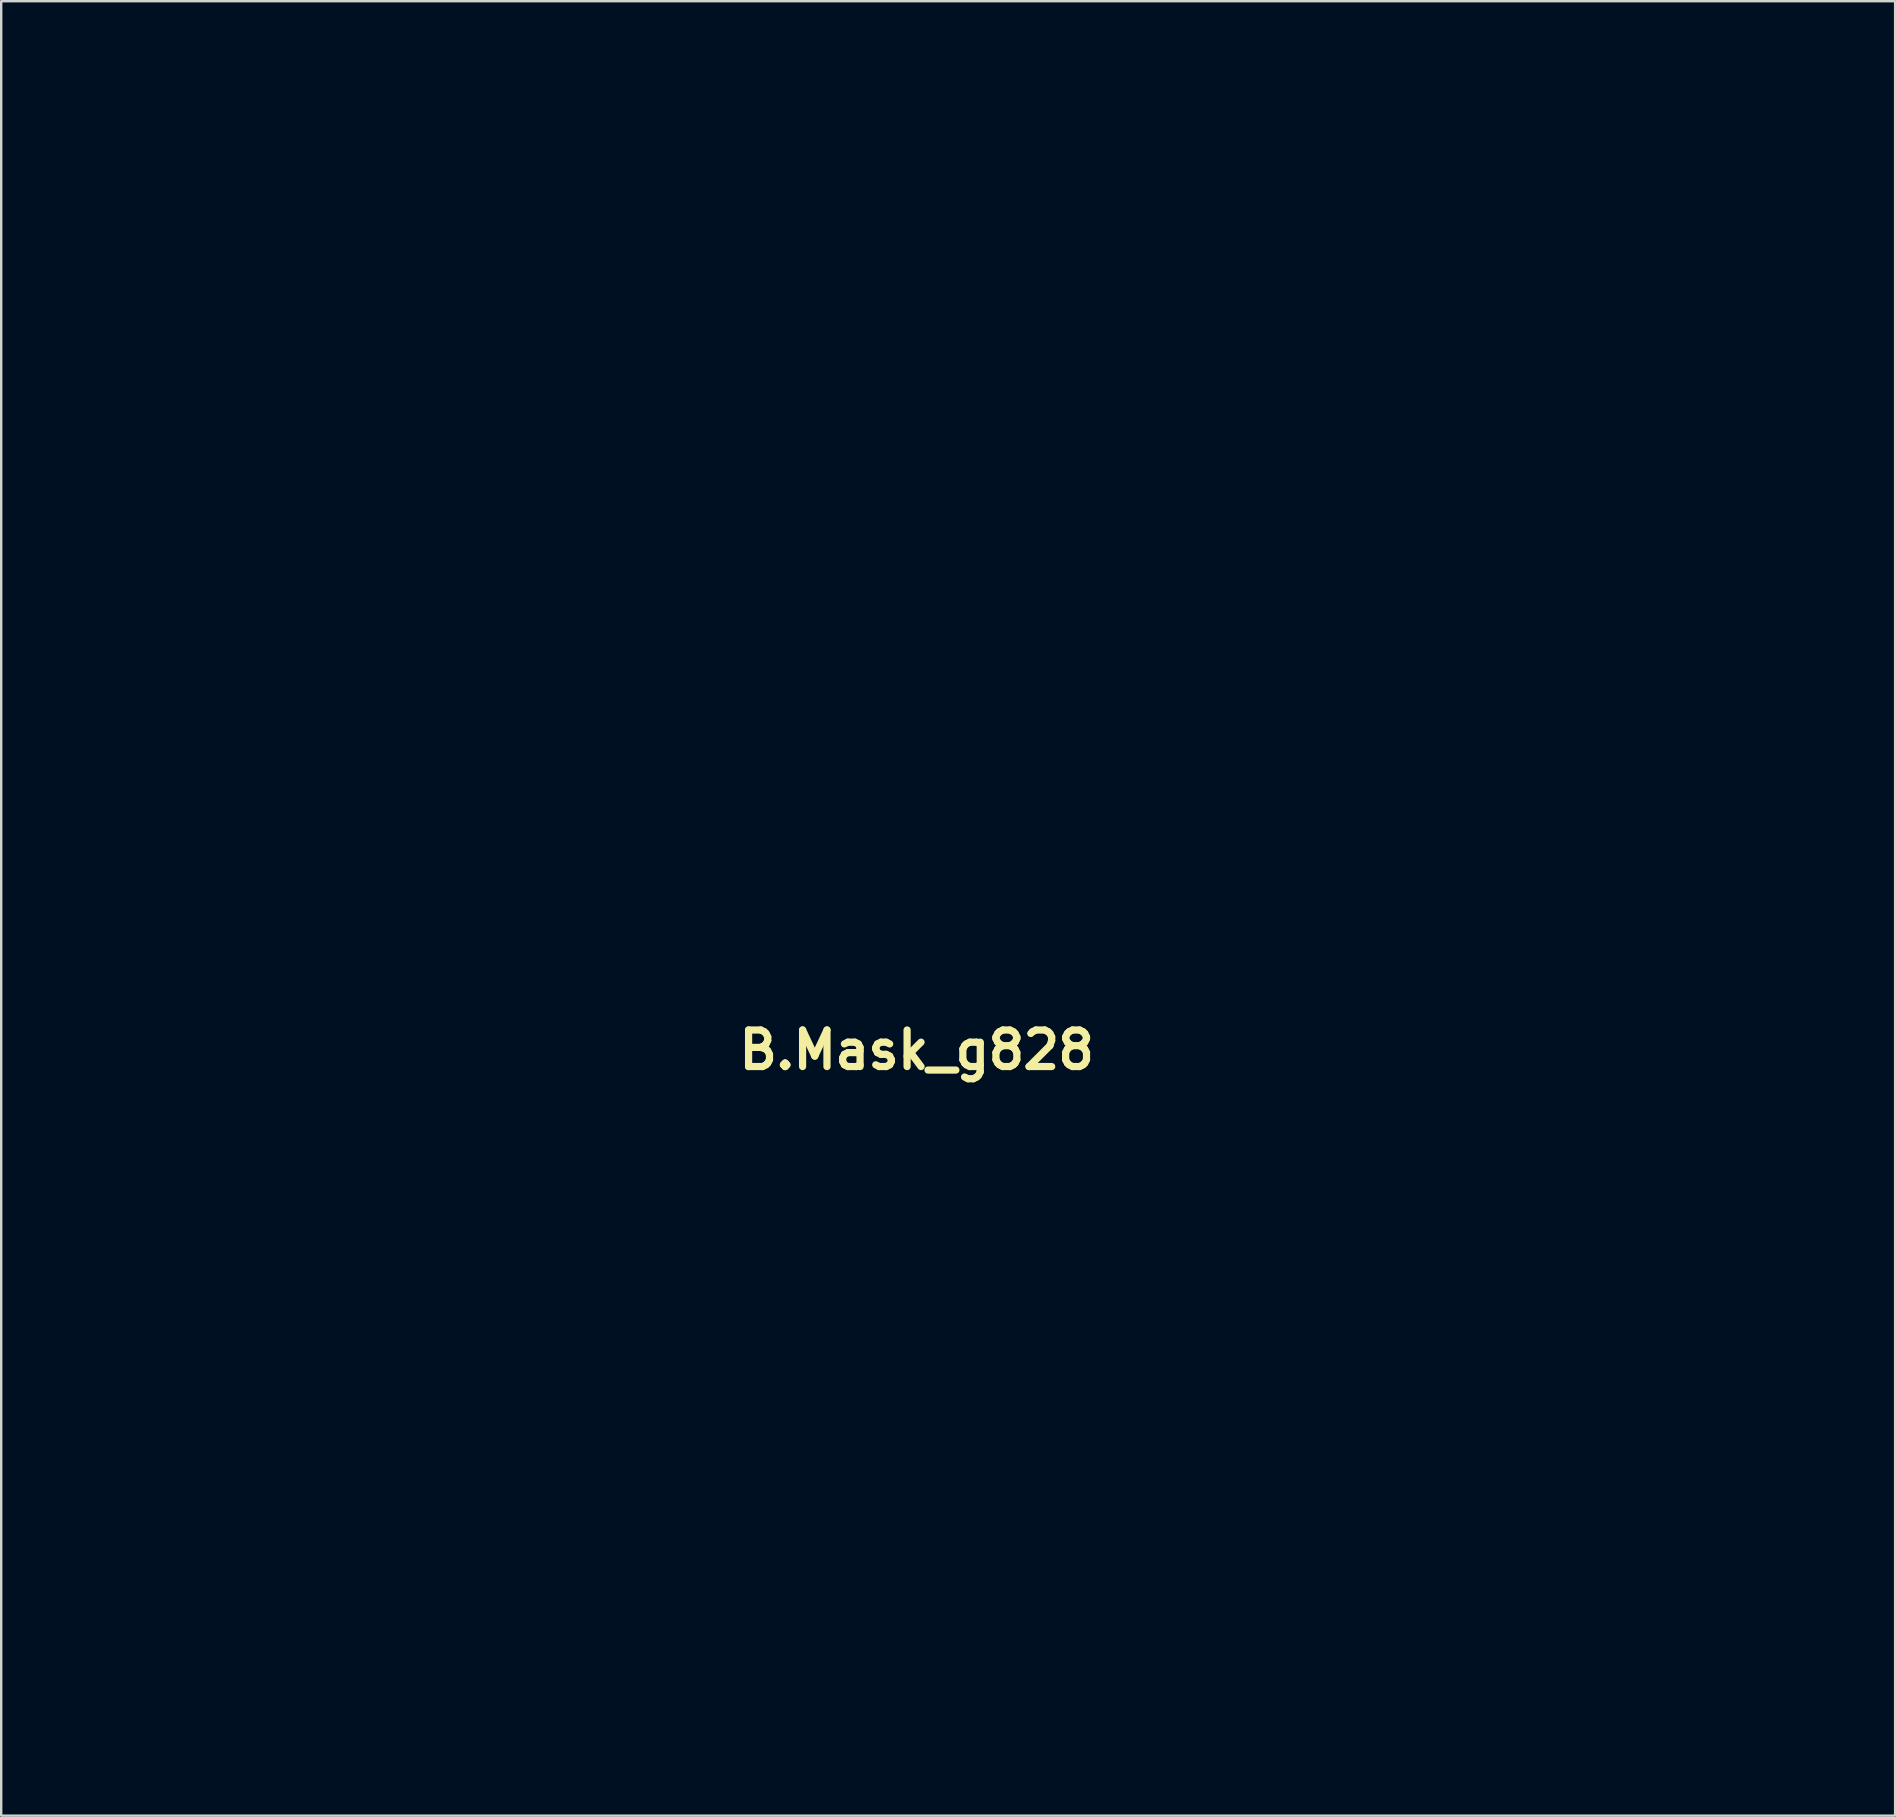
<source format=kicad_pcb>
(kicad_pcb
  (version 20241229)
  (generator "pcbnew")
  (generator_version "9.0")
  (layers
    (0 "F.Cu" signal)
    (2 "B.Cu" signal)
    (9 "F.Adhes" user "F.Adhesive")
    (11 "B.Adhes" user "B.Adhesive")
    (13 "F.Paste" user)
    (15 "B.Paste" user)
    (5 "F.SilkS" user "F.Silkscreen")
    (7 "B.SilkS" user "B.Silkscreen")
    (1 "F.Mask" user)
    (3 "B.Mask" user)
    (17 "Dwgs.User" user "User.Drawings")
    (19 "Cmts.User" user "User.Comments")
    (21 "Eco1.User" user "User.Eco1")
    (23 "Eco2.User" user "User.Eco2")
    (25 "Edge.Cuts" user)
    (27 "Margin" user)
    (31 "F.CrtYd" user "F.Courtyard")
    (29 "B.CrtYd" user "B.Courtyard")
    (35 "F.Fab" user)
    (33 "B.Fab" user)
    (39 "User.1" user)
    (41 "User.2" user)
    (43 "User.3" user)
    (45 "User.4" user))
  (footprint "B.Mask_g828"
    (layer "F.Cu")
    (at 35.142 40.697)
    (property "Reference" "B.Mask_g828" (at 0 0 0) (layer "F.SilkS") (effects (font (size 1.524 1.524) (thickness 0.3))))
    (attr through_hole)
    (fp_poly (pts (xy -19.426 22.943) (xy -19.022 23.098) (xy -18.645 23.33) (xy -18.416 23.523) (xy -18.106 23.866) (xy -17.874 24.241) (xy -17.717 24.651) (xy -17.634 25.101) (xy -17.623 25.252) (xy -17.635 25.72) (xy -17.723 26.154) (xy -17.889 26.563) (xy -18.136 26.954) (xy -18.167 26.995) (xy -18.452 27.297) (xy -18.792 27.546) (xy -19.174 27.736) (xy -19.582 27.86) (xy -20.002 27.914) (xy -20.363 27.898) (xy -20.792 27.804) (xy -21.184 27.64) (xy -21.533 27.415) (xy -21.836 27.137) (xy -22.088 26.813) (xy -22.285 26.452) (xy -22.424 26.062) (xy -22.501 25.651) (xy -22.51 25.226) (xy -22.448 24.797) (xy -22.312 24.37) (xy -22.237 24.204) (xy -22.076 23.94) (xy -21.861 23.677) (xy -21.614 23.434) (xy -21.355 23.234) (xy -21.16 23.121) (xy -20.723 22.955) (xy -20.283 22.871) (xy -19.849 22.867) (xy -19.426 22.943)) (stroke (width 0.01) (type solid)) (fill yes) (layer "B.Mask"))
    (fp_poly (pts (xy 1.328 -40.654) (xy 1.735 -40.542) (xy 2.106 -40.365) (xy 2.437 -40.131) (xy 2.723 -39.846) (xy 2.96 -39.519) (xy 3.143 -39.157) (xy 3.269 -38.767) (xy 3.332 -38.357) (xy 3.329 -37.935) (xy 3.254 -37.508) (xy 3.104 -37.083) (xy 3.06 -36.989) (xy 2.899 -36.726) (xy 2.684 -36.462) (xy 2.436 -36.219) (xy 2.177 -36.017) (xy 1.987 -35.906) (xy 1.554 -35.739) (xy 1.112 -35.656) (xy 0.665 -35.658) (xy 0.261 -35.731) (xy -0.148 -35.881) (xy -0.521 -36.103) (xy -0.851 -36.392) (xy -1.13 -36.741) (xy -1.352 -37.142) (xy -1.427 -37.328) (xy -1.509 -37.635) (xy -1.553 -37.985) (xy -1.556 -38.346) (xy -1.518 -38.684) (xy -1.51 -38.721) (xy -1.377 -39.153) (xy -1.176 -39.544) (xy -0.915 -39.889) (xy -0.6 -40.181) (xy -0.241 -40.413) (xy 0.156 -40.579) (xy 0.582 -40.673) (xy 0.889 -40.692) (xy 1.328 -40.654)) (stroke (width 0.01) (type solid)) (fill yes) (layer "B.Mask"))
    (fp_poly (pts (xy -32.161 -16.32) (xy -31.818 -16.207) (xy -31.628 -16.122) (xy -31.262 -15.901) (xy -30.938 -15.613) (xy -30.666 -15.269) (xy -30.454 -14.881) (xy -30.309 -14.46) (xy -30.289 -14.372) (xy -30.236 -13.93) (xy -30.259 -13.5) (xy -30.353 -13.09) (xy -30.51 -12.705) (xy -30.724 -12.354) (xy -30.99 -12.043) (xy -31.3 -11.779) (xy -31.65 -11.568) (xy -32.031 -11.417) (xy -32.439 -11.333) (xy -32.867 -11.324) (xy -33.073 -11.347) (xy -33.485 -11.453) (xy -33.874 -11.634) (xy -34.228 -11.882) (xy -34.537 -12.19) (xy -34.791 -12.549) (xy -34.882 -12.721) (xy -35.005 -13.009) (xy -35.084 -13.275) (xy -35.125 -13.554) (xy -35.137 -13.871) (xy -35.098 -14.335) (xy -34.981 -14.767) (xy -34.786 -15.166) (xy -34.512 -15.535) (xy -34.472 -15.579) (xy -34.136 -15.891) (xy -33.776 -16.123) (xy -33.388 -16.279) (xy -32.963 -16.362) (xy -32.865 -16.371) (xy -32.501 -16.373) (xy -32.161 -16.32)) (stroke (width 0.01) (type solid)) (fill yes) (layer "B.Mask"))
    (fp_poly (pts (xy 21.852 23.869) (xy 22.277 23.969) (xy 22.595 24.097) (xy 22.902 24.285) (xy 23.194 24.537) (xy 23.453 24.834) (xy 23.659 25.155) (xy 23.697 25.231) (xy 23.825 25.529) (xy 23.907 25.8) (xy 23.949 26.078) (xy 23.961 26.388) (xy 23.921 26.835) (xy 23.806 27.261) (xy 23.621 27.656) (xy 23.375 28.013) (xy 23.072 28.321) (xy 22.72 28.572) (xy 22.325 28.758) (xy 22.187 28.803) (xy 21.947 28.855) (xy 21.666 28.886) (xy 21.383 28.894) (xy 21.136 28.876) (xy 21.095 28.87) (xy 20.676 28.754) (xy 20.293 28.567) (xy 19.951 28.318) (xy 19.655 28.015) (xy 19.412 27.668) (xy 19.228 27.283) (xy 19.107 26.871) (xy 19.057 26.439) (xy 19.083 25.996) (xy 19.094 25.926) (xy 19.211 25.485) (xy 19.394 25.087) (xy 19.634 24.736) (xy 19.925 24.438) (xy 20.258 24.196) (xy 20.625 24.014) (xy 21.018 23.896) (xy 21.43 23.846) (xy 21.852 23.869)) (stroke (width 0.01) (type solid)) (fill yes) (layer "B.Mask"))
    (fp_poly (pts (xy 35.762 -16.048) (xy 36.184 -15.932) (xy 36.572 -15.738) (xy 36.928 -15.466) (xy 37.016 -15.382) (xy 37.31 -15.029) (xy 37.534 -14.634) (xy 37.683 -14.204) (xy 37.755 -13.751) (xy 37.761 -13.581) (xy 37.747 -13.266) (xy 37.7 -12.986) (xy 37.612 -12.705) (xy 37.504 -12.452) (xy 37.297 -12.1) (xy 37.027 -11.78) (xy 36.708 -11.505) (xy 36.354 -11.286) (xy 35.98 -11.135) (xy 35.822 -11.095) (xy 35.573 -11.062) (xy 35.287 -11.054) (xy 35.002 -11.068) (xy 34.754 -11.106) (xy 34.713 -11.116) (xy 34.342 -11.245) (xy 34.008 -11.432) (xy 33.692 -11.689) (xy 33.613 -11.765) (xy 33.349 -12.061) (xy 33.152 -12.361) (xy 33.008 -12.691) (xy 32.934 -12.937) (xy 32.859 -13.396) (xy 32.866 -13.848) (xy 32.953 -14.285) (xy 33.118 -14.701) (xy 33.359 -15.085) (xy 33.608 -15.368) (xy 33.941 -15.657) (xy 34.28 -15.868) (xy 34.64 -16.005) (xy 35.033 -16.075) (xy 35.306 -16.087) (xy 35.762 -16.048)) (stroke (width 0.01) (type solid)) (fill yes) (layer "B.Mask")))
  (gr_rect
    (start -3 -3)
    (end 75.907 72.596)
    (stroke (width 0.1) (type default))
    (fill no)
    (layer "Edge.Cuts")))
</source>
